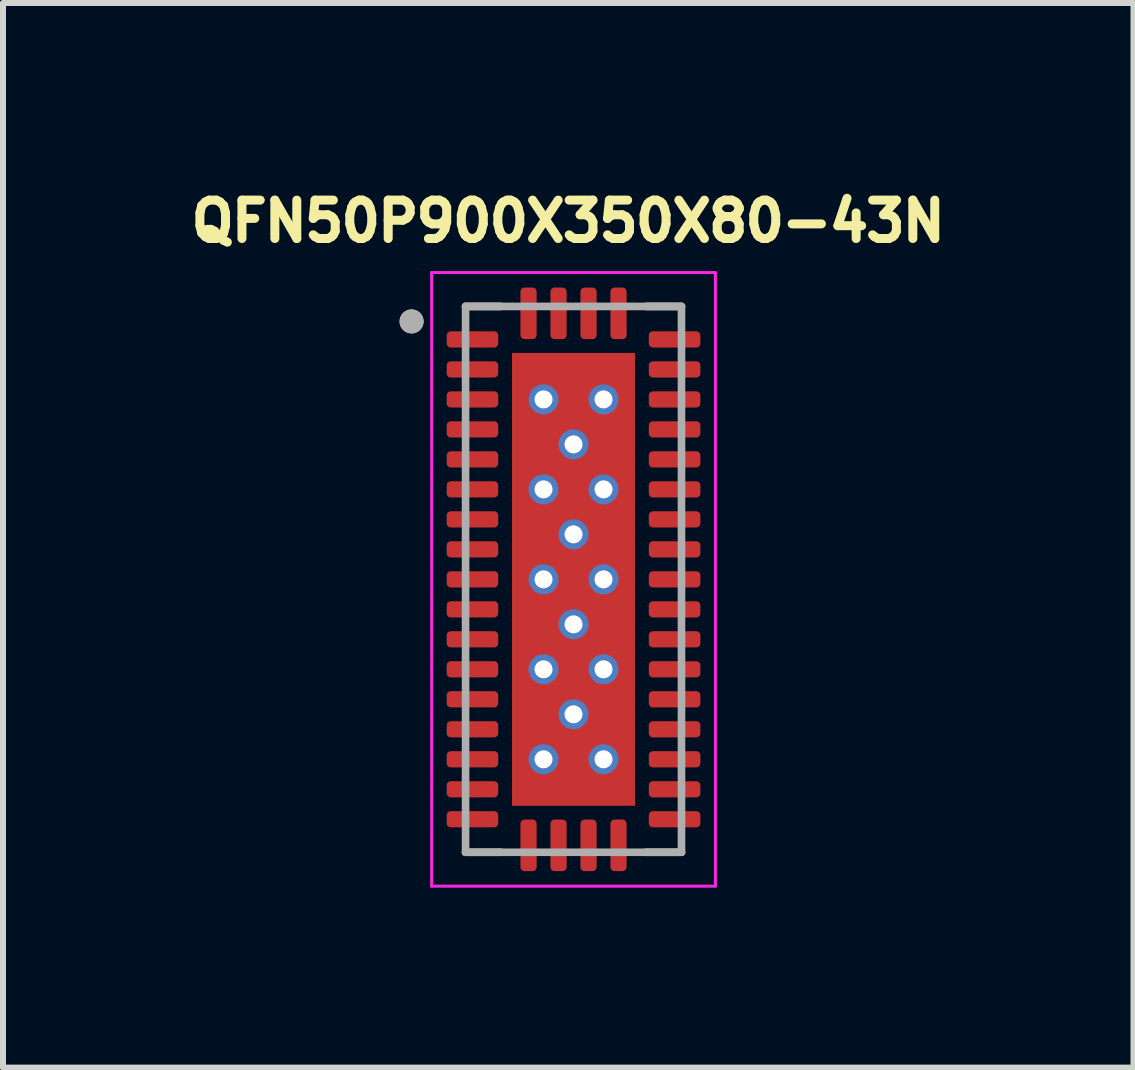
<source format=kicad_pcb>
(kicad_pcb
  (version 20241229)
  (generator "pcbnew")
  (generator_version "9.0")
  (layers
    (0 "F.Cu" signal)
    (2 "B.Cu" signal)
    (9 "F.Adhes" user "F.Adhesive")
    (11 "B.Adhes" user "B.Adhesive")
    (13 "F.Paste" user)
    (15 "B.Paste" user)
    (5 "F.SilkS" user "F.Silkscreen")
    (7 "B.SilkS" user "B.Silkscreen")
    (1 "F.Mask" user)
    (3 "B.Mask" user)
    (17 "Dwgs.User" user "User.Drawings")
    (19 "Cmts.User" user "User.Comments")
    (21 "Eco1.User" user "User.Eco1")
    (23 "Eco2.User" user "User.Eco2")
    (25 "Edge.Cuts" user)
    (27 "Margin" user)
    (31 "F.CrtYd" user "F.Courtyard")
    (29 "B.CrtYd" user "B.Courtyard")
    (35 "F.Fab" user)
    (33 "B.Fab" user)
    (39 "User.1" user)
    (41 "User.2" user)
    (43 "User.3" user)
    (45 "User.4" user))
  (footprint "QFN50P900X350X80-43N"
    (layer "F.Cu")
    (at 6.512 6.609)
    (property "Reference" "QFN50P900X350X80-43N" (at -0.088 -5.971 0) (layer "F.SilkS") (effects (font (size 0.64 0.64) (thickness 0.15))))
    (attr smd)
    (fp_line (start -1.8 -4.55) (end -1.21 -4.55) (stroke (width 0.127) (type solid)) (layer "F.SilkS"))
    (fp_line (start -1.8 4.55) (end -1.21 4.55) (stroke (width 0.127) (type solid)) (layer "F.SilkS"))
    (fp_line (start 1.8 -4.55) (end 1.21 -4.55) (stroke (width 0.127) (type solid)) (layer "F.SilkS"))
    (fp_line (start 1.8 4.55) (end 1.21 4.55) (stroke (width 0.127) (type solid)) (layer "F.SilkS"))
    (fp_circle (center -2.7 -4.3) (end -2.6 -4.3) (stroke (width 0.2) (type solid)) (fill no) (layer "F.SilkS"))
    (fp_poly (pts (xy -0.925 -3.625) (xy -0.125 -3.625) (xy -0.125 -2.625) (xy -0.925 -2.625)) (stroke (width 0.01) (type solid)) (fill yes) (layer "F.Paste"))
    (fp_poly (pts (xy -0.925 -2.375) (xy -0.125 -2.375) (xy -0.125 -1.375) (xy -0.925 -1.375)) (stroke (width 0.01) (type solid)) (fill yes) (layer "F.Paste"))
    (fp_poly (pts (xy -0.925 -1.125) (xy -0.125 -1.125) (xy -0.125 -0.125) (xy -0.925 -0.125)) (stroke (width 0.01) (type solid)) (fill yes) (layer "F.Paste"))
    (fp_poly (pts (xy -0.925 0.125) (xy -0.125 0.125) (xy -0.125 1.125) (xy -0.925 1.125)) (stroke (width 0.01) (type solid)) (fill yes) (layer "F.Paste"))
    (fp_poly (pts (xy -0.925 1.375) (xy -0.125 1.375) (xy -0.125 2.375) (xy -0.925 2.375)) (stroke (width 0.01) (type solid)) (fill yes) (layer "F.Paste"))
    (fp_poly (pts (xy -0.925 2.625) (xy -0.125 2.625) (xy -0.125 3.625) (xy -0.925 3.625)) (stroke (width 0.01) (type solid)) (fill yes) (layer "F.Paste"))
    (fp_poly (pts (xy 0.125 -3.625) (xy 0.925 -3.625) (xy 0.925 -2.625) (xy 0.125 -2.625)) (stroke (width 0.01) (type solid)) (fill yes) (layer "F.Paste"))
    (fp_poly (pts (xy 0.125 -2.375) (xy 0.925 -2.375) (xy 0.925 -1.375) (xy 0.125 -1.375)) (stroke (width 0.01) (type solid)) (fill yes) (layer "F.Paste"))
    (fp_poly (pts (xy 0.125 -1.125) (xy 0.925 -1.125) (xy 0.925 -0.125) (xy 0.125 -0.125)) (stroke (width 0.01) (type solid)) (fill yes) (layer "F.Paste"))
    (fp_poly (pts (xy 0.125 0.125) (xy 0.925 0.125) (xy 0.925 1.125) (xy 0.125 1.125)) (stroke (width 0.01) (type solid)) (fill yes) (layer "F.Paste"))
    (fp_poly (pts (xy 0.125 1.375) (xy 0.925 1.375) (xy 0.925 2.375) (xy 0.125 2.375)) (stroke (width 0.01) (type solid)) (fill yes) (layer "F.Paste"))
    (fp_poly (pts (xy 0.125 2.625) (xy 0.925 2.625) (xy 0.925 3.625) (xy 0.125 3.625)) (stroke (width 0.01) (type solid)) (fill yes) (layer "F.Paste"))
    (fp_line (start -2.365 -5.115) (end -2.365 5.115) (stroke (width 0.05) (type solid)) (layer "F.CrtYd"))
    (fp_line (start -2.365 5.115) (end 2.365 5.115) (stroke (width 0.05) (type solid)) (layer "F.CrtYd"))
    (fp_line (start 2.365 -5.115) (end -2.365 -5.115) (stroke (width 0.05) (type solid)) (layer "F.CrtYd"))
    (fp_line (start 2.365 5.115) (end 2.365 -5.115) (stroke (width 0.05) (type solid)) (layer "F.CrtYd"))
    (fp_line (start -1.8 -4.55) (end -1.8 4.55) (stroke (width 0.127) (type solid)) (layer "F.Fab"))
    (fp_line (start -1.8 4.55) (end 1.8 4.55) (stroke (width 0.127) (type solid)) (layer "F.Fab"))
    (fp_line (start 1.8 -4.55) (end -1.8 -4.55) (stroke (width 0.127) (type solid)) (layer "F.Fab"))
    (fp_line (start 1.8 4.55) (end 1.8 -4.55) (stroke (width 0.127) (type solid)) (layer "F.Fab"))
    (fp_circle (center -2.7 -4.3) (end -2.6 -4.3) (stroke (width 0.2) (type solid)) (fill no) (layer "F.Fab"))
    (pad "1" smd roundrect (at -1.685 -4) (size 0.86 0.27) (layers "F.Cu" "F.Mask" "F.Paste") (roundrect_rratio 0.25))
    (pad "2" smd roundrect (at -1.685 -3.5) (size 0.86 0.27) (layers "F.Cu" "F.Mask" "F.Paste") (roundrect_rratio 0.25))
    (pad "3" smd roundrect (at -1.685 -3) (size 0.86 0.27) (layers "F.Cu" "F.Mask" "F.Paste") (roundrect_rratio 0.25))
    (pad "4" smd roundrect (at -1.685 -2.5) (size 0.86 0.27) (layers "F.Cu" "F.Mask" "F.Paste") (roundrect_rratio 0.25))
    (pad "5" smd roundrect (at -1.685 -2) (size 0.86 0.27) (layers "F.Cu" "F.Mask" "F.Paste") (roundrect_rratio 0.25))
    (pad "6" smd roundrect (at -1.685 -1.5) (size 0.86 0.27) (layers "F.Cu" "F.Mask" "F.Paste") (roundrect_rratio 0.25))
    (pad "7" smd roundrect (at -1.685 -1) (size 0.86 0.27) (layers "F.Cu" "F.Mask" "F.Paste") (roundrect_rratio 0.25))
    (pad "8" smd roundrect (at -1.685 -0.5) (size 0.86 0.27) (layers "F.Cu" "F.Mask" "F.Paste") (roundrect_rratio 0.25))
    (pad "9" smd roundrect (at -1.685 0) (size 0.86 0.27) (layers "F.Cu" "F.Mask" "F.Paste") (roundrect_rratio 0.25))
    (pad "10" smd roundrect (at -1.685 0.5) (size 0.86 0.27) (layers "F.Cu" "F.Mask" "F.Paste") (roundrect_rratio 0.25))
    (pad "11" smd roundrect (at -1.685 1) (size 0.86 0.27) (layers "F.Cu" "F.Mask" "F.Paste") (roundrect_rratio 0.25))
    (pad "12" smd roundrect (at -1.685 1.5) (size 0.86 0.27) (layers "F.Cu" "F.Mask" "F.Paste") (roundrect_rratio 0.25))
    (pad "13" smd roundrect (at -1.685 2) (size 0.86 0.27) (layers "F.Cu" "F.Mask" "F.Paste") (roundrect_rratio 0.25))
    (pad "14" smd roundrect (at -1.685 2.5) (size 0.86 0.27) (layers "F.Cu" "F.Mask" "F.Paste") (roundrect_rratio 0.25))
    (pad "15" smd roundrect (at -1.685 3) (size 0.86 0.27) (layers "F.Cu" "F.Mask" "F.Paste") (roundrect_rratio 0.25))
    (pad "16" smd roundrect (at -1.685 3.5) (size 0.86 0.27) (layers "F.Cu" "F.Mask" "F.Paste") (roundrect_rratio 0.25))
    (pad "17" smd roundrect (at -1.685 4) (size 0.86 0.27) (layers "F.Cu" "F.Mask" "F.Paste") (roundrect_rratio 0.25))
    (pad "18" smd roundrect (at -0.75 4.435) (size 0.27 0.86) (layers "F.Cu" "F.Mask" "F.Paste") (roundrect_rratio 0.25))
    (pad "19" smd roundrect (at -0.25 4.435) (size 0.27 0.86) (layers "F.Cu" "F.Mask" "F.Paste") (roundrect_rratio 0.25))
    (pad "20" smd roundrect (at 0.25 4.435) (size 0.27 0.86) (layers "F.Cu" "F.Mask" "F.Paste") (roundrect_rratio 0.25))
    (pad "21" smd roundrect (at 0.75 4.435) (size 0.27 0.86) (layers "F.Cu" "F.Mask" "F.Paste") (roundrect_rratio 0.25))
    (pad "22" smd roundrect (at 1.685 4) (size 0.86 0.27) (layers "F.Cu" "F.Mask" "F.Paste") (roundrect_rratio 0.25))
    (pad "23" smd roundrect (at 1.685 3.5) (size 0.86 0.27) (layers "F.Cu" "F.Mask" "F.Paste") (roundrect_rratio 0.25))
    (pad "24" smd roundrect (at 1.685 3) (size 0.86 0.27) (layers "F.Cu" "F.Mask" "F.Paste") (roundrect_rratio 0.25))
    (pad "25" smd roundrect (at 1.685 2.5) (size 0.86 0.27) (layers "F.Cu" "F.Mask" "F.Paste") (roundrect_rratio 0.25))
    (pad "26" smd roundrect (at 1.685 2) (size 0.86 0.27) (layers "F.Cu" "F.Mask" "F.Paste") (roundrect_rratio 0.25))
    (pad "27" smd roundrect (at 1.685 1.5) (size 0.86 0.27) (layers "F.Cu" "F.Mask" "F.Paste") (roundrect_rratio 0.25))
    (pad "28" smd roundrect (at 1.685 1) (size 0.86 0.27) (layers "F.Cu" "F.Mask" "F.Paste") (roundrect_rratio 0.25))
    (pad "29" smd roundrect (at 1.685 0.5) (size 0.86 0.27) (layers "F.Cu" "F.Mask" "F.Paste") (roundrect_rratio 0.25))
    (pad "30" smd roundrect (at 1.685 0) (size 0.86 0.27) (layers "F.Cu" "F.Mask" "F.Paste") (roundrect_rratio 0.25))
    (pad "31" smd roundrect (at 1.685 -0.5) (size 0.86 0.27) (layers "F.Cu" "F.Mask" "F.Paste") (roundrect_rratio 0.25))
    (pad "32" smd roundrect (at 1.685 -1) (size 0.86 0.27) (layers "F.Cu" "F.Mask" "F.Paste") (roundrect_rratio 0.25))
    (pad "33" smd roundrect (at 1.685 -1.5) (size 0.86 0.27) (layers "F.Cu" "F.Mask" "F.Paste") (roundrect_rratio 0.25))
    (pad "34" smd roundrect (at 1.685 -2) (size 0.86 0.27) (layers "F.Cu" "F.Mask" "F.Paste") (roundrect_rratio 0.25))
    (pad "35" smd roundrect (at 1.685 -2.5) (size 0.86 0.27) (layers "F.Cu" "F.Mask" "F.Paste") (roundrect_rratio 0.25))
    (pad "36" smd roundrect (at 1.685 -3) (size 0.86 0.27) (layers "F.Cu" "F.Mask" "F.Paste") (roundrect_rratio 0.25))
    (pad "37" smd roundrect (at 1.685 -3.5) (size 0.86 0.27) (layers "F.Cu" "F.Mask" "F.Paste") (roundrect_rratio 0.25))
    (pad "38" smd roundrect (at 1.685 -4) (size 0.86 0.27) (layers "F.Cu" "F.Mask" "F.Paste") (roundrect_rratio 0.25))
    (pad "39" smd roundrect (at 0.75 -4.435) (size 0.27 0.86) (layers "F.Cu" "F.Mask" "F.Paste") (roundrect_rratio 0.25))
    (pad "40" smd roundrect (at 0.25 -4.435) (size 0.27 0.86) (layers "F.Cu" "F.Mask" "F.Paste") (roundrect_rratio 0.25))
    (pad "41" smd roundrect (at -0.25 -4.435) (size 0.27 0.86) (layers "F.Cu" "F.Mask" "F.Paste") (roundrect_rratio 0.25))
    (pad "42" smd roundrect (at -0.75 -4.435) (size 0.27 0.86) (layers "F.Cu" "F.Mask" "F.Paste") (roundrect_rratio 0.25))
    (pad "43" smd rect (at 0 0) (size 2.05 7.55) (layers "F.Cu" "F.Mask"))
    (pad "E1" thru_hole circle (at -0.5 -3) (size 0.5 0.5) (drill 0.3) (layers "*.Cu" "*.Mask"))
    (pad "E2" thru_hole circle (at -0.5 -1.5) (size 0.5 0.5) (drill 0.3) (layers "*.Cu" "*.Mask"))
    (pad "E3" thru_hole circle (at -0.5 0) (size 0.5 0.5) (drill 0.3) (layers "*.Cu" "*.Mask"))
    (pad "E4" thru_hole circle (at -0.5 1.5) (size 0.5 0.5) (drill 0.3) (layers "*.Cu" "*.Mask"))
    (pad "E5" thru_hole circle (at -0.5 3) (size 0.5 0.5) (drill 0.3) (layers "*.Cu" "*.Mask"))
    (pad "E6" thru_hole circle (at 0 -2.25) (size 0.5 0.5) (drill 0.3) (layers "*.Cu" "*.Mask"))
    (pad "E7" thru_hole circle (at 0 -0.75) (size 0.5 0.5) (drill 0.3) (layers "*.Cu" "*.Mask"))
    (pad "E8" thru_hole circle (at 0 0.75) (size 0.5 0.5) (drill 0.3) (layers "*.Cu" "*.Mask"))
    (pad "E9" thru_hole circle (at 0 2.25) (size 0.5 0.5) (drill 0.3) (layers "*.Cu" "*.Mask"))
    (pad "E10" thru_hole circle (at 0.5 -3) (size 0.5 0.5) (drill 0.3) (layers "*.Cu" "*.Mask"))
    (pad "E11" thru_hole circle (at 0.5 -1.5) (size 0.5 0.5) (drill 0.3) (layers "*.Cu" "*.Mask"))
    (pad "E12" thru_hole circle (at 0.5 0) (size 0.5 0.5) (drill 0.3) (layers "*.Cu" "*.Mask"))
    (pad "E13" thru_hole circle (at 0.5 1.5) (size 0.5 0.5) (drill 0.3) (layers "*.Cu" "*.Mask"))
    (pad "E14" thru_hole circle (at 0.5 3) (size 0.5 0.5) (drill 0.3) (layers "*.Cu" "*.Mask")))
  (gr_rect
    (start -3 -3)
    (end 15.848 14.749)
    (stroke (width 0.1) (type default))
    (fill no)
    (layer "Edge.Cuts")))
</source>
